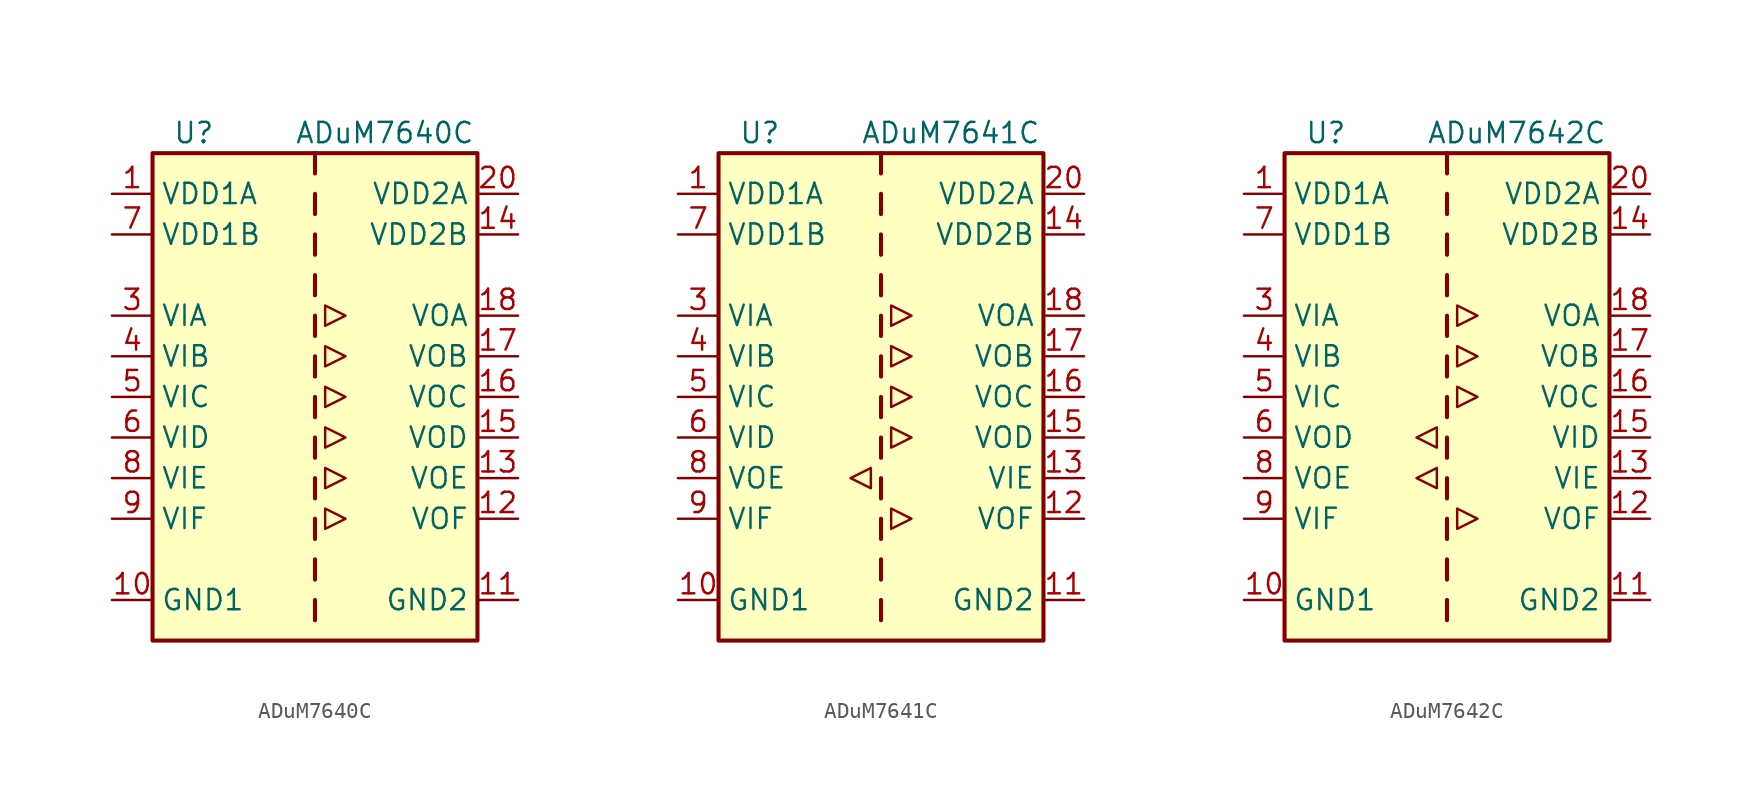
<source format=kicad_sym>
(kicad_symbol_lib
  (version 20201005)
  (generator kicad_symbol_editor)
  (symbol "ADuM7640C"
    (property "Reference" "U"
      (at -8.89 16.51 0)
      (effects (font (size 1.27 1.27)) (justify left)))
    (property "Value" "ADuM7640C"
      (at -1.27 16.51 0)
      (effects (font (size 1.27 1.27)) (justify left)))
    (symbol "ADuM7640C_0_1"
      (polyline (pts (xy 0.635 -6.985) (xy 0.635 -8.255) (xy 1.905 -7.62) (xy 0.635 -6.985)) (stroke (width 0)) (fill (type none)))
      (polyline (pts (xy 0.635 3.175) (xy 0.635 1.905) (xy 1.905 2.54) (xy 0.635 3.175)) (stroke (width 0)) (fill (type none)))
      (polyline (pts (xy 0.635 5.715) (xy 0.635 4.445) (xy 1.905 5.08) (xy 0.635 5.715)) (stroke (width 0)) (fill (type none)))
      (polyline (pts (xy 1.905 -5.08) (xy 0.635 -4.445) (xy 0.635 -5.715) (xy 1.905 -5.08)) (stroke (width 0)) (fill (type none)))
      (polyline (pts (xy 1.905 -2.54) (xy 0.635 -1.905) (xy 0.635 -3.175) (xy 1.905 -2.54)) (stroke (width 0)) (fill (type none)))
      (polyline (pts (xy 1.905 0) (xy 0.635 -0.635) (xy 0.635 0.635) (xy 1.905 0)) (stroke (width 0)) (fill (type none))))
    (symbol "ADuM7640C_1_1"
      (rectangle (start -10.16 15.24) (end 10.16 -15.24) (stroke (width 0.254)) (fill (type background)))
      (polyline (pts (xy 0 -12.7) (xy 0 -13.97)) (stroke (width 0.254)) (fill (type none)))
      (polyline (pts (xy 0 -10.16) (xy 0 -11.43)) (stroke (width 0.254)) (fill (type none)))
      (polyline (pts (xy 0 -7.62) (xy 0 -8.89)) (stroke (width 0.254)) (fill (type none)))
      (polyline (pts (xy 0 -5.08) (xy 0 -6.35)) (stroke (width 0.254)) (fill (type none)))
      (polyline (pts (xy 0 -2.54) (xy 0 -3.81)) (stroke (width 0.254)) (fill (type none)))
      (polyline (pts (xy 0 0) (xy 0 -1.27)) (stroke (width 0.254)) (fill (type none)))
      (polyline (pts (xy 0 2.54) (xy 0 1.27)) (stroke (width 0.254)) (fill (type none)))
      (polyline (pts (xy 0 5.08) (xy 0 3.81)) (stroke (width 0.254)) (fill (type none)))
      (polyline (pts (xy 0 7.62) (xy 0 6.35)) (stroke (width 0.254)) (fill (type none)))
      (polyline (pts (xy 0 10.16) (xy 0 8.89)) (stroke (width 0.254)) (fill (type none)))
      (polyline (pts (xy 0 12.7) (xy 0 11.43)) (stroke (width 0.254)) (fill (type none)))
      (polyline (pts (xy 0 15.24) (xy 0 13.97)) (stroke (width 0.254)) (fill (type none)))
      (pin power_in line (at -12.7 12.7 0) (length 2.54) (name "VDD1A" (effects (font (size 1.27 1.27)))) (number "1" (effects (font (size 1.27 1.27)))))
      (pin power_in line (at -12.7 -12.7 0) (length 2.54) (name "GND1" (effects (font (size 1.27 1.27)))) (number "10" (effects (font (size 1.27 1.27)))))
      (pin power_in line (at 12.7 -12.7 180) (length 2.54) (name "GND2" (effects (font (size 1.27 1.27)))) (number "11" (effects (font (size 1.27 1.27)))))
      (pin output line (at 12.7 -7.62 180) (length 2.54) (name "VOF" (effects (font (size 1.27 1.27)))) (number "12" (effects (font (size 1.27 1.27)))))
      (pin output line (at 12.7 -5.08 180) (length 2.54) (name "VOE" (effects (font (size 1.27 1.27)))) (number "13" (effects (font (size 1.27 1.27)))))
      (pin power_in line (at 12.7 10.16 180) (length 2.54) (name "VDD2B" (effects (font (size 1.27 1.27)))) (number "14" (effects (font (size 1.27 1.27)))))
      (pin output line (at 12.7 -2.54 180) (length 2.54) (name "VOD" (effects (font (size 1.27 1.27)))) (number "15" (effects (font (size 1.27 1.27)))))
      (pin output line (at 12.7 0 180) (length 2.54) (name "VOC" (effects (font (size 1.27 1.27)))) (number "16" (effects (font (size 1.27 1.27)))))
      (pin output line (at 12.7 2.54 180) (length 2.54) (name "VOB" (effects (font (size 1.27 1.27)))) (number "17" (effects (font (size 1.27 1.27)))))
      (pin output line (at 12.7 5.08 180) (length 2.54) (name "VOA" (effects (font (size 1.27 1.27)))) (number "18" (effects (font (size 1.27 1.27)))))
      (pin passive line (at 12.7 -12.7 180) (length 2.54) hide (name "GND2" (effects (font (size 1.27 1.27)))) (number "19" (effects (font (size 1.27 1.27)))))
      (pin passive line (at -12.7 -12.7 0) (length 2.54) hide (name "GND1" (effects (font (size 1.27 1.27)))) (number "2" (effects (font (size 1.27 1.27)))))
      (pin power_in line (at 12.7 12.7 180) (length 2.54) (name "VDD2A" (effects (font (size 1.27 1.27)))) (number "20" (effects (font (size 1.27 1.27)))))
      (pin input line (at -12.7 5.08 0) (length 2.54) (name "VIA" (effects (font (size 1.27 1.27)))) (number "3" (effects (font (size 1.27 1.27)))))
      (pin input line (at -12.7 2.54 0) (length 2.54) (name "VIB" (effects (font (size 1.27 1.27)))) (number "4" (effects (font (size 1.27 1.27)))))
      (pin input line (at -12.7 0 0) (length 2.54) (name "VIC" (effects (font (size 1.27 1.27)))) (number "5" (effects (font (size 1.27 1.27)))))
      (pin input line (at -12.7 -2.54 0) (length 2.54) (name "VID" (effects (font (size 1.27 1.27)))) (number "6" (effects (font (size 1.27 1.27)))))
      (pin power_in line (at -12.7 10.16 0) (length 2.54) (name "VDD1B" (effects (font (size 1.27 1.27)))) (number "7" (effects (font (size 1.27 1.27)))))
      (pin input line (at -12.7 -5.08 0) (length 2.54) (name "VIE" (effects (font (size 1.27 1.27)))) (number "8" (effects (font (size 1.27 1.27)))))
      (pin input line (at -12.7 -7.62 0) (length 2.54) (name "VIF" (effects (font (size 1.27 1.27)))) (number "9" (effects (font (size 1.27 1.27)))))))
  (symbol "ADuM7641C"
    (property "Reference" "U"
      (at -8.89 16.51 0)
      (effects (font (size 1.27 1.27)) (justify left)))
    (property "Value" "ADuM7641C"
      (at -1.27 16.51 0)
      (effects (font (size 1.27 1.27)) (justify left)))
    (symbol "ADuM7641C_0_1"
      (polyline (pts (xy -1.905 -5.08) (xy -0.635 -4.445) (xy -0.635 -5.715) (xy -1.905 -5.08)) (stroke (width 0)) (fill (type none)))
      (polyline (pts (xy 0.635 -6.985) (xy 0.635 -8.255) (xy 1.905 -7.62) (xy 0.635 -6.985)) (stroke (width 0)) (fill (type none)))
      (polyline (pts (xy 0.635 3.175) (xy 0.635 1.905) (xy 1.905 2.54) (xy 0.635 3.175)) (stroke (width 0)) (fill (type none)))
      (polyline (pts (xy 0.635 5.715) (xy 0.635 4.445) (xy 1.905 5.08) (xy 0.635 5.715)) (stroke (width 0)) (fill (type none)))
      (polyline (pts (xy 1.905 -2.54) (xy 0.635 -1.905) (xy 0.635 -3.175) (xy 1.905 -2.54)) (stroke (width 0)) (fill (type none)))
      (polyline (pts (xy 1.905 0) (xy 0.635 -0.635) (xy 0.635 0.635) (xy 1.905 0)) (stroke (width 0)) (fill (type none))))
    (symbol "ADuM7641C_1_1"
      (rectangle (start -10.16 15.24) (end 10.16 -15.24) (stroke (width 0.254)) (fill (type background)))
      (polyline (pts (xy 0 -12.7) (xy 0 -13.97)) (stroke (width 0.254)) (fill (type none)))
      (polyline (pts (xy 0 -10.16) (xy 0 -11.43)) (stroke (width 0.254)) (fill (type none)))
      (polyline (pts (xy 0 -7.62) (xy 0 -8.89)) (stroke (width 0.254)) (fill (type none)))
      (polyline (pts (xy 0 -5.08) (xy 0 -6.35)) (stroke (width 0.254)) (fill (type none)))
      (polyline (pts (xy 0 -2.54) (xy 0 -3.81)) (stroke (width 0.254)) (fill (type none)))
      (polyline (pts (xy 0 0) (xy 0 -1.27)) (stroke (width 0.254)) (fill (type none)))
      (polyline (pts (xy 0 2.54) (xy 0 1.27)) (stroke (width 0.254)) (fill (type none)))
      (polyline (pts (xy 0 5.08) (xy 0 3.81)) (stroke (width 0.254)) (fill (type none)))
      (polyline (pts (xy 0 7.62) (xy 0 6.35)) (stroke (width 0.254)) (fill (type none)))
      (polyline (pts (xy 0 10.16) (xy 0 8.89)) (stroke (width 0.254)) (fill (type none)))
      (polyline (pts (xy 0 12.7) (xy 0 11.43)) (stroke (width 0.254)) (fill (type none)))
      (polyline (pts (xy 0 15.24) (xy 0 13.97)) (stroke (width 0.254)) (fill (type none)))
      (pin power_in line (at -12.7 12.7 0) (length 2.54) (name "VDD1A" (effects (font (size 1.27 1.27)))) (number "1" (effects (font (size 1.27 1.27)))))
      (pin power_in line (at -12.7 -12.7 0) (length 2.54) (name "GND1" (effects (font (size 1.27 1.27)))) (number "10" (effects (font (size 1.27 1.27)))))
      (pin power_in line (at 12.7 -12.7 180) (length 2.54) (name "GND2" (effects (font (size 1.27 1.27)))) (number "11" (effects (font (size 1.27 1.27)))))
      (pin output line (at 12.7 -7.62 180) (length 2.54) (name "VOF" (effects (font (size 1.27 1.27)))) (number "12" (effects (font (size 1.27 1.27)))))
      (pin input line (at 12.7 -5.08 180) (length 2.54) (name "VIE" (effects (font (size 1.27 1.27)))) (number "13" (effects (font (size 1.27 1.27)))))
      (pin power_in line (at 12.7 10.16 180) (length 2.54) (name "VDD2B" (effects (font (size 1.27 1.27)))) (number "14" (effects (font (size 1.27 1.27)))))
      (pin output line (at 12.7 -2.54 180) (length 2.54) (name "VOD" (effects (font (size 1.27 1.27)))) (number "15" (effects (font (size 1.27 1.27)))))
      (pin output line (at 12.7 0 180) (length 2.54) (name "VOC" (effects (font (size 1.27 1.27)))) (number "16" (effects (font (size 1.27 1.27)))))
      (pin output line (at 12.7 2.54 180) (length 2.54) (name "VOB" (effects (font (size 1.27 1.27)))) (number "17" (effects (font (size 1.27 1.27)))))
      (pin output line (at 12.7 5.08 180) (length 2.54) (name "VOA" (effects (font (size 1.27 1.27)))) (number "18" (effects (font (size 1.27 1.27)))))
      (pin passive line (at 12.7 -12.7 180) (length 2.54) hide (name "GND2" (effects (font (size 1.27 1.27)))) (number "19" (effects (font (size 1.27 1.27)))))
      (pin passive line (at -12.7 -12.7 0) (length 2.54) hide (name "GND1" (effects (font (size 1.27 1.27)))) (number "2" (effects (font (size 1.27 1.27)))))
      (pin power_in line (at 12.7 12.7 180) (length 2.54) (name "VDD2A" (effects (font (size 1.27 1.27)))) (number "20" (effects (font (size 1.27 1.27)))))
      (pin input line (at -12.7 5.08 0) (length 2.54) (name "VIA" (effects (font (size 1.27 1.27)))) (number "3" (effects (font (size 1.27 1.27)))))
      (pin input line (at -12.7 2.54 0) (length 2.54) (name "VIB" (effects (font (size 1.27 1.27)))) (number "4" (effects (font (size 1.27 1.27)))))
      (pin input line (at -12.7 0 0) (length 2.54) (name "VIC" (effects (font (size 1.27 1.27)))) (number "5" (effects (font (size 1.27 1.27)))))
      (pin input line (at -12.7 -2.54 0) (length 2.54) (name "VID" (effects (font (size 1.27 1.27)))) (number "6" (effects (font (size 1.27 1.27)))))
      (pin power_in line (at -12.7 10.16 0) (length 2.54) (name "VDD1B" (effects (font (size 1.27 1.27)))) (number "7" (effects (font (size 1.27 1.27)))))
      (pin output line (at -12.7 -5.08 0) (length 2.54) (name "VOE" (effects (font (size 1.27 1.27)))) (number "8" (effects (font (size 1.27 1.27)))))
      (pin input line (at -12.7 -7.62 0) (length 2.54) (name "VIF" (effects (font (size 1.27 1.27)))) (number "9" (effects (font (size 1.27 1.27)))))))
  (symbol "ADuM7642C"
    (property "Reference" "U"
      (at -8.89 16.51 0)
      (effects (font (size 1.27 1.27)) (justify left)))
    (property "Value" "ADuM7642C"
      (at -1.27 16.51 0)
      (effects (font (size 1.27 1.27)) (justify left)))
    (symbol "ADuM7642C_0_1"
      (polyline (pts (xy -1.905 -5.08) (xy -0.635 -4.445) (xy -0.635 -5.715) (xy -1.905 -5.08)) (stroke (width 0)) (fill (type none)))
      (polyline (pts (xy -1.905 -2.54) (xy -0.635 -1.905) (xy -0.635 -3.175) (xy -1.905 -2.54)) (stroke (width 0)) (fill (type none)))
      (polyline (pts (xy 0.635 -6.985) (xy 0.635 -8.255) (xy 1.905 -7.62) (xy 0.635 -6.985)) (stroke (width 0)) (fill (type none)))
      (polyline (pts (xy 0.635 3.175) (xy 0.635 1.905) (xy 1.905 2.54) (xy 0.635 3.175)) (stroke (width 0)) (fill (type none)))
      (polyline (pts (xy 0.635 5.715) (xy 0.635 4.445) (xy 1.905 5.08) (xy 0.635 5.715)) (stroke (width 0)) (fill (type none)))
      (polyline (pts (xy 1.905 0) (xy 0.635 -0.635) (xy 0.635 0.635) (xy 1.905 0)) (stroke (width 0)) (fill (type none))))
    (symbol "ADuM7642C_1_1"
      (rectangle (start -10.16 15.24) (end 10.16 -15.24) (stroke (width 0.254)) (fill (type background)))
      (polyline (pts (xy 0 -12.7) (xy 0 -13.97)) (stroke (width 0.254)) (fill (type none)))
      (polyline (pts (xy 0 -10.16) (xy 0 -11.43)) (stroke (width 0.254)) (fill (type none)))
      (polyline (pts (xy 0 -7.62) (xy 0 -8.89)) (stroke (width 0.254)) (fill (type none)))
      (polyline (pts (xy 0 -5.08) (xy 0 -6.35)) (stroke (width 0.254)) (fill (type none)))
      (polyline (pts (xy 0 -2.54) (xy 0 -3.81)) (stroke (width 0.254)) (fill (type none)))
      (polyline (pts (xy 0 0) (xy 0 -1.27)) (stroke (width 0.254)) (fill (type none)))
      (polyline (pts (xy 0 2.54) (xy 0 1.27)) (stroke (width 0.254)) (fill (type none)))
      (polyline (pts (xy 0 5.08) (xy 0 3.81)) (stroke (width 0.254)) (fill (type none)))
      (polyline (pts (xy 0 7.62) (xy 0 6.35)) (stroke (width 0.254)) (fill (type none)))
      (polyline (pts (xy 0 10.16) (xy 0 8.89)) (stroke (width 0.254)) (fill (type none)))
      (polyline (pts (xy 0 12.7) (xy 0 11.43)) (stroke (width 0.254)) (fill (type none)))
      (polyline (pts (xy 0 15.24) (xy 0 13.97)) (stroke (width 0.254)) (fill (type none)))
      (pin power_in line (at -12.7 12.7 0) (length 2.54) (name "VDD1A" (effects (font (size 1.27 1.27)))) (number "1" (effects (font (size 1.27 1.27)))))
      (pin power_in line (at -12.7 -12.7 0) (length 2.54) (name "GND1" (effects (font (size 1.27 1.27)))) (number "10" (effects (font (size 1.27 1.27)))))
      (pin power_in line (at 12.7 -12.7 180) (length 2.54) (name "GND2" (effects (font (size 1.27 1.27)))) (number "11" (effects (font (size 1.27 1.27)))))
      (pin output line (at 12.7 -7.62 180) (length 2.54) (name "VOF" (effects (font (size 1.27 1.27)))) (number "12" (effects (font (size 1.27 1.27)))))
      (pin input line (at 12.7 -5.08 180) (length 2.54) (name "VIE" (effects (font (size 1.27 1.27)))) (number "13" (effects (font (size 1.27 1.27)))))
      (pin power_in line (at 12.7 10.16 180) (length 2.54) (name "VDD2B" (effects (font (size 1.27 1.27)))) (number "14" (effects (font (size 1.27 1.27)))))
      (pin input line (at 12.7 -2.54 180) (length 2.54) (name "VID" (effects (font (size 1.27 1.27)))) (number "15" (effects (font (size 1.27 1.27)))))
      (pin output line (at 12.7 0 180) (length 2.54) (name "VOC" (effects (font (size 1.27 1.27)))) (number "16" (effects (font (size 1.27 1.27)))))
      (pin output line (at 12.7 2.54 180) (length 2.54) (name "VOB" (effects (font (size 1.27 1.27)))) (number "17" (effects (font (size 1.27 1.27)))))
      (pin output line (at 12.7 5.08 180) (length 2.54) (name "VOA" (effects (font (size 1.27 1.27)))) (number "18" (effects (font (size 1.27 1.27)))))
      (pin passive line (at 12.7 -12.7 180) (length 2.54) hide (name "GND2" (effects (font (size 1.27 1.27)))) (number "19" (effects (font (size 1.27 1.27)))))
      (pin passive line (at -12.7 -12.7 0) (length 2.54) hide (name "GND1" (effects (font (size 1.27 1.27)))) (number "2" (effects (font (size 1.27 1.27)))))
      (pin power_in line (at 12.7 12.7 180) (length 2.54) (name "VDD2A" (effects (font (size 1.27 1.27)))) (number "20" (effects (font (size 1.27 1.27)))))
      (pin input line (at -12.7 5.08 0) (length 2.54) (name "VIA" (effects (font (size 1.27 1.27)))) (number "3" (effects (font (size 1.27 1.27)))))
      (pin input line (at -12.7 2.54 0) (length 2.54) (name "VIB" (effects (font (size 1.27 1.27)))) (number "4" (effects (font (size 1.27 1.27)))))
      (pin input line (at -12.7 0 0) (length 2.54) (name "VIC" (effects (font (size 1.27 1.27)))) (number "5" (effects (font (size 1.27 1.27)))))
      (pin output line (at -12.7 -2.54 0) (length 2.54) (name "VOD" (effects (font (size 1.27 1.27)))) (number "6" (effects (font (size 1.27 1.27)))))
      (pin power_in line (at -12.7 10.16 0) (length 2.54) (name "VDD1B" (effects (font (size 1.27 1.27)))) (number "7" (effects (font (size 1.27 1.27)))))
      (pin output line (at -12.7 -5.08 0) (length 2.54) (name "VOE" (effects (font (size 1.27 1.27)))) (number "8" (effects (font (size 1.27 1.27)))))
      (pin input line (at -12.7 -7.62 0) (length 2.54) (name "VIF" (effects (font (size 1.27 1.27)))) (number "9" (effects (font (size 1.27 1.27))))))))
</source>
